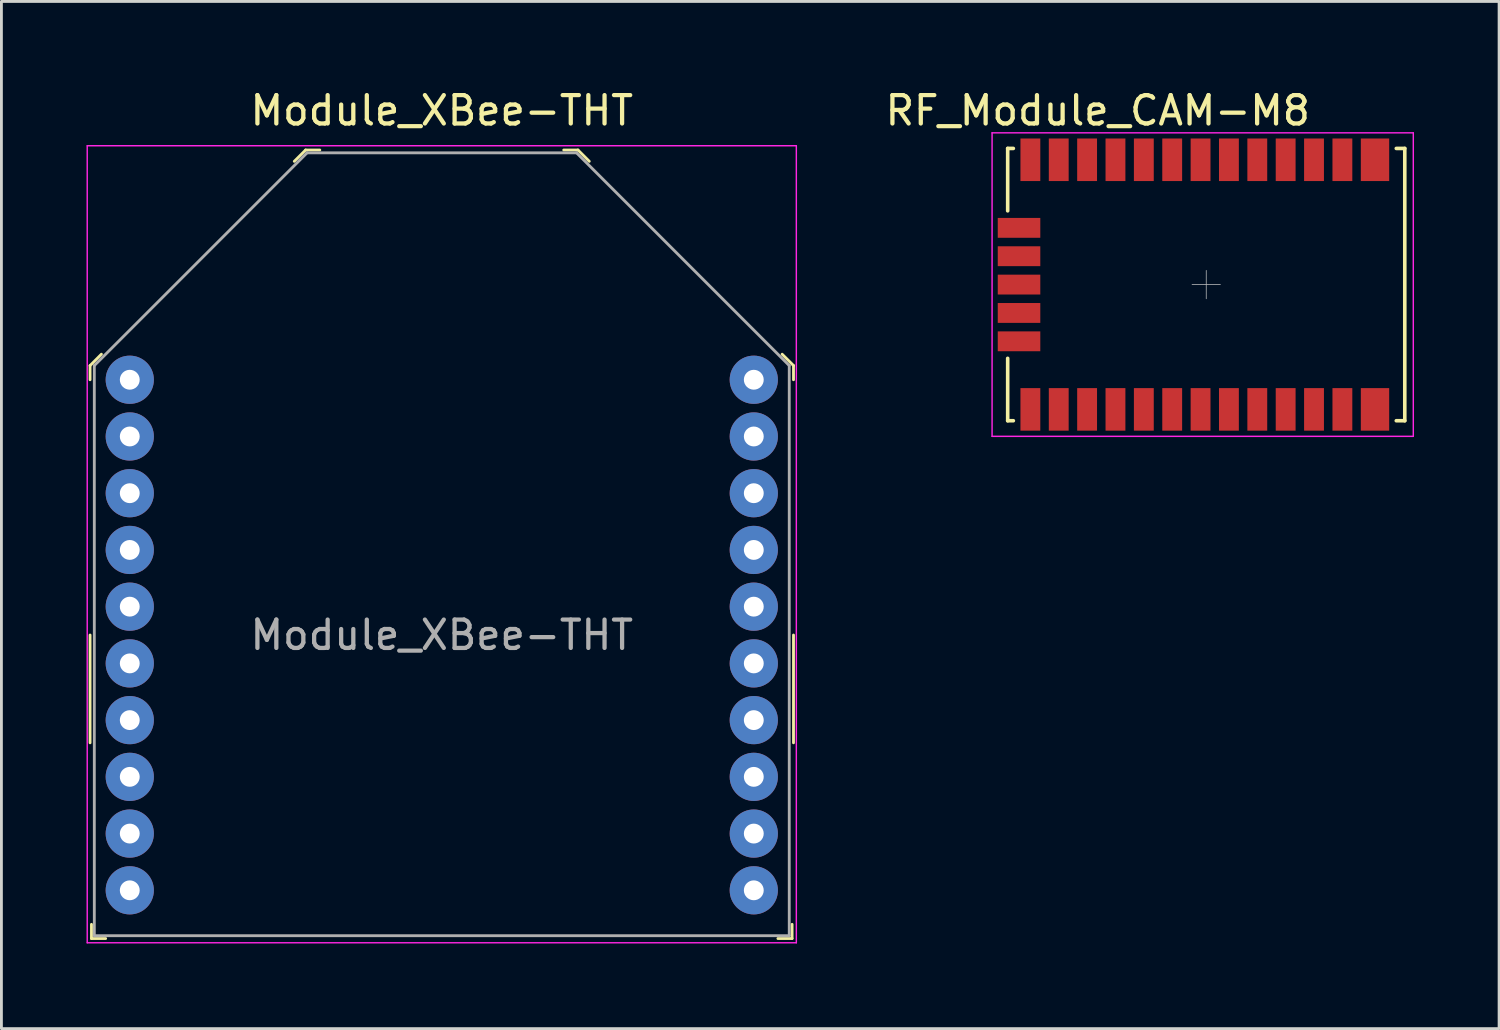
<source format=kicad_pcb>
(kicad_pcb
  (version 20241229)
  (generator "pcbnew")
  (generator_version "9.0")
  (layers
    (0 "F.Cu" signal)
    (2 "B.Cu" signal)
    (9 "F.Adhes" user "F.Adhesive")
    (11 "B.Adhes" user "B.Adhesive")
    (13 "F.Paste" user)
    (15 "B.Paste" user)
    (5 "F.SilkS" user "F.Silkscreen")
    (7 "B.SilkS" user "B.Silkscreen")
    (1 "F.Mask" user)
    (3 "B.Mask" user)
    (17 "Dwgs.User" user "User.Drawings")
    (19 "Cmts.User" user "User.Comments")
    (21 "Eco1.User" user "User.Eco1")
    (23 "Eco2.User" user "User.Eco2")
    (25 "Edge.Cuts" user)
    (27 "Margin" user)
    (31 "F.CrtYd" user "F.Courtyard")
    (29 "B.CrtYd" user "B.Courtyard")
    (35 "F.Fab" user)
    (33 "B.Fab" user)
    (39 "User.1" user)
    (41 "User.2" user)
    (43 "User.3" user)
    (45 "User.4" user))
  (footprint "Module_XBee-THT"
    (layer "F.Cu")
    (at 12.525 19.338)
    (property "Reference" "Module_XBee-THT" (at 0 -18.49 0) (layer "F.SilkS") (effects (font (size 1 1) (thickness 0.15))))
    (attr through_hole)
    (fp_line (start -12.4 -9.5) (end -12.4 -9) (stroke (width 0.1) (type solid)) (layer "F.SilkS"))
    (fp_line (start -12.4 -9.5) (end -12 -9.9) (stroke (width 0.1) (type solid)) (layer "F.SilkS"))
    (fp_line (start -12.4 0) (end -12.4 3.8) (stroke (width 0.1) (type solid)) (layer "F.SilkS"))
    (fp_line (start -12.35 10.7) (end -12.35 10.2) (stroke (width 0.1) (type solid)) (layer "F.SilkS"))
    (fp_line (start -12.35 10.7) (end -11.85 10.7) (stroke (width 0.1) (type solid)) (layer "F.SilkS"))
    (fp_line (start -4.8 -17.1) (end -5.2 -16.7) (stroke (width 0.1) (type solid)) (layer "F.SilkS"))
    (fp_line (start -4.8 -17.1) (end -4.3 -17.1) (stroke (width 0.1) (type solid)) (layer "F.SilkS"))
    (fp_line (start 4.8 -17.1) (end 4.3 -17.1) (stroke (width 0.1) (type solid)) (layer "F.SilkS"))
    (fp_line (start 4.8 -17.1) (end 5.2 -16.7) (stroke (width 0.1) (type solid)) (layer "F.SilkS"))
    (fp_line (start 12.35 10.7) (end 11.85 10.7) (stroke (width 0.1) (type solid)) (layer "F.SilkS"))
    (fp_line (start 12.35 10.7) (end 12.35 10.2) (stroke (width 0.1) (type solid)) (layer "F.SilkS"))
    (fp_line (start 12.4 -9.5) (end 12 -9.9) (stroke (width 0.1) (type solid)) (layer "F.SilkS"))
    (fp_line (start 12.4 -9.5) (end 12.4 -9) (stroke (width 0.1) (type solid)) (layer "F.SilkS"))
    (fp_line (start 12.4 0) (end 12.4 3.8) (stroke (width 0.1) (type solid)) (layer "F.SilkS"))
    (fp_line (start -12.5 -17.25) (end -12.5 10.85) (stroke (width 0.05) (type solid)) (layer "F.CrtYd"))
    (fp_line (start -12.5 -17.25) (end 12.5 -17.25) (stroke (width 0.05) (type solid)) (layer "F.CrtYd"))
    (fp_line (start -12.5 10.85) (end 12.5 10.85) (stroke (width 0.05) (type solid)) (layer "F.CrtYd"))
    (fp_line (start 12.5 -17.25) (end 12.5 10.85) (stroke (width 0.05) (type solid)) (layer "F.CrtYd"))
    (fp_line (start -12.25 -9.5) (end -12.25 10.6) (stroke (width 0.1) (type solid)) (layer "F.Fab"))
    (fp_line (start -12.25 -9.5) (end -4.75 -17) (stroke (width 0.1) (type solid)) (layer "F.Fab"))
    (fp_line (start -12.25 10.6) (end 12.25 10.6) (stroke (width 0.1) (type solid)) (layer "F.Fab"))
    (fp_line (start -4.75 -17) (end 4.75 -17) (stroke (width 0.1) (type solid)) (layer "F.Fab"))
    (fp_line (start 4.75 -17) (end 12.25 -9.5) (stroke (width 0.1) (type solid)) (layer "F.Fab"))
    (fp_line (start 12.25 -9.5) (end 12.25 10.6) (stroke (width 0.1) (type solid)) (layer "F.Fab"))
    (fp_text user "${REFERENCE}" (at 0 0 0) (layer "F.Fab") (effects (font (size 1 1) (thickness 0.15))))
    (pad "1" thru_hole circle (at -11 -9) (size 1.7 1.7) (drill 0.7) (layers "*.Cu" "*.Mask"))
    (pad "2" thru_hole circle (at -11 -7) (size 1.7 1.7) (drill 0.7) (layers "*.Cu" "*.Mask"))
    (pad "3" thru_hole circle (at -11 -5) (size 1.7 1.7) (drill 0.7) (layers "*.Cu" "*.Mask"))
    (pad "4" thru_hole circle (at -11 -3) (size 1.7 1.7) (drill 0.7) (layers "*.Cu" "*.Mask"))
    (pad "5" thru_hole circle (at -11 -1) (size 1.7 1.7) (drill 0.7) (layers "*.Cu" "*.Mask"))
    (pad "6" thru_hole circle (at -11 1) (size 1.7 1.7) (drill 0.7) (layers "*.Cu" "*.Mask"))
    (pad "7" thru_hole circle (at -11 3) (size 1.7 1.7) (drill 0.7) (layers "*.Cu" "*.Mask"))
    (pad "8" thru_hole circle (at -11 5) (size 1.7 1.7) (drill 0.7) (layers "*.Cu" "*.Mask"))
    (pad "9" thru_hole circle (at -11 7) (size 1.7 1.7) (drill 0.7) (layers "*.Cu" "*.Mask"))
    (pad "10" thru_hole circle (at -11 9) (size 1.7 1.7) (drill 0.7) (layers "*.Cu" "*.Mask"))
    (pad "11" thru_hole circle (at 11 9) (size 1.7 1.7) (drill 0.7) (layers "*.Cu" "*.Mask"))
    (pad "12" thru_hole circle (at 11 7) (size 1.7 1.7) (drill 0.7) (layers "*.Cu" "*.Mask"))
    (pad "13" thru_hole circle (at 11 5) (size 1.7 1.7) (drill 0.7) (layers "*.Cu" "*.Mask"))
    (pad "14" thru_hole circle (at 11 3) (size 1.7 1.7) (drill 0.7) (layers "*.Cu" "*.Mask"))
    (pad "15" thru_hole circle (at 11 1) (size 1.7 1.7) (drill 0.7) (layers "*.Cu" "*.Mask"))
    (pad "16" thru_hole circle (at 11 -1) (size 1.7 1.7) (drill 0.7) (layers "*.Cu" "*.Mask"))
    (pad "17" thru_hole circle (at 11 -3) (size 1.7 1.7) (drill 0.7) (layers "*.Cu" "*.Mask"))
    (pad "18" thru_hole circle (at 11 -5) (size 1.7 1.7) (drill 0.7) (layers "*.Cu" "*.Mask"))
    (pad "19" thru_hole circle (at 11 -7) (size 1.7 1.7) (drill 0.7) (layers "*.Cu" "*.Mask"))
    (pad "20" thru_hole circle (at 11 -9) (size 1.7 1.7) (drill 0.7) (layers "*.Cu" "*.Mask")))
  (footprint "RF_Module_CAM-M8"
    (layer "F.Cu")
    (at 39.476 6.983)
    (property "Reference" "RF_Module_CAM-M8" (at -3.825 -6.135 0) (layer "F.SilkS") (effects (font (size 1 1) (thickness 0.15))))
    (attr smd)
    (fp_line (start -7.2 5) (end -7.2 4) (stroke (width 0.2) (type solid)) (layer "F.Mask"))
    (fp_line (start -6.8 5) (end -7.2 5) (stroke (width 0.2) (type solid)) (layer "F.Mask"))
    (fp_line (start 6.7 -5) (end 7.2 -5) (stroke (width 0.2) (type solid)) (layer "F.Mask"))
    (fp_line (start 7.2 -5) (end 7.2 -4) (stroke (width 0.2) (type solid)) (layer "F.Mask"))
    (fp_line (start -7 -4.8) (end -6.8 -4.8) (stroke (width 0.127) (type solid)) (layer "F.SilkS"))
    (fp_line (start -7 -2.6) (end -7 -4.8) (stroke (width 0.127) (type solid)) (layer "F.SilkS"))
    (fp_line (start -7 4.8) (end -7 2.6) (stroke (width 0.127) (type solid)) (layer "F.SilkS"))
    (fp_line (start -6.8 4.8) (end -7 4.8) (stroke (width 0.127) (type solid)) (layer "F.SilkS"))
    (fp_line (start 6.7 -4.8) (end 7 -4.8) (stroke (width 0.127) (type solid)) (layer "F.SilkS"))
    (fp_line (start 7 -4.8) (end 7 4.8) (stroke (width 0.127) (type solid)) (layer "F.SilkS"))
    (fp_line (start 7 4.8) (end 6.7 4.8) (stroke (width 0.127) (type solid)) (layer "F.SilkS"))
    (fp_line (start -0.5 0) (end 0.5 0) (stroke (width 0.025) (type solid)) (layer "Dwgs.User"))
    (fp_line (start 0 -0.5) (end 0 0.5) (stroke (width 0.025) (type solid)) (layer "Dwgs.User"))
    (fp_line (start -7.55 -5.35) (end -7.55 5.35) (stroke (width 0.05) (type solid)) (layer "F.CrtYd"))
    (fp_line (start -7.55 5.35) (end 7.3 5.35) (stroke (width 0.05) (type solid)) (layer "F.CrtYd"))
    (fp_line (start 7.3 -5.35) (end -7.55 -5.35) (stroke (width 0.05) (type solid)) (layer "F.CrtYd"))
    (fp_line (start 7.3 5.35) (end 7.3 -5.35) (stroke (width 0.05) (type solid)) (layer "F.CrtYd"))
    (pad "1" smd rect (at -6.2 4.4) (size 0.7 1.5) (layers "F.Cu" "F.Mask" "F.Paste"))
    (pad "2" smd rect (at -5.2 4.4) (size 0.7 1.5) (layers "F.Cu" "F.Mask" "F.Paste"))
    (pad "3" smd rect (at -4.2 4.4) (size 0.7 1.5) (layers "F.Cu" "F.Mask" "F.Paste"))
    (pad "4" smd rect (at -3.2 4.4) (size 0.7 1.5) (layers "F.Cu" "F.Mask" "F.Paste"))
    (pad "5" smd rect (at -2.2 4.4) (size 0.7 1.5) (layers "F.Cu" "F.Mask" "F.Paste"))
    (pad "6" smd rect (at -1.2 4.4) (size 0.7 1.5) (layers "F.Cu" "F.Mask" "F.Paste"))
    (pad "7" smd rect (at -0.2 4.4) (size 0.7 1.5) (layers "F.Cu" "F.Mask" "F.Paste"))
    (pad "8" smd rect (at 0.8 4.4) (size 0.7 1.5) (layers "F.Cu" "F.Mask" "F.Paste"))
    (pad "9" smd rect (at 1.8 4.4) (size 0.7 1.5) (layers "F.Cu" "F.Mask" "F.Paste"))
    (pad "10" smd rect (at 2.8 4.4) (size 0.7 1.5) (layers "F.Cu" "F.Mask" "F.Paste"))
    (pad "11" smd rect (at 3.8 4.4) (size 0.7 1.5) (layers "F.Cu" "F.Mask" "F.Paste"))
    (pad "12" smd rect (at 4.8 4.4) (size 0.7 1.5) (layers "F.Cu" "F.Mask" "F.Paste"))
    (pad "13" smd rect (at 5.95 4.4) (size 1 1.5) (layers "F.Cu" "F.Mask" "F.Paste"))
    (pad "14" smd rect (at 5.95 -4.4) (size 1 1.5) (layers "F.Cu" "F.Mask" "F.Paste"))
    (pad "15" smd rect (at 4.8 -4.4) (size 0.7 1.5) (layers "F.Cu" "F.Mask" "F.Paste"))
    (pad "16" smd rect (at 3.8 -4.4) (size 0.7 1.5) (layers "F.Cu" "F.Mask" "F.Paste"))
    (pad "17" smd rect (at 2.8 -4.4) (size 0.7 1.5) (layers "F.Cu" "F.Mask" "F.Paste"))
    (pad "18" smd rect (at 1.8 -4.4) (size 0.7 1.5) (layers "F.Cu" "F.Mask" "F.Paste"))
    (pad "19" smd rect (at 0.8 -4.4) (size 0.7 1.5) (layers "F.Cu" "F.Mask" "F.Paste"))
    (pad "20" smd rect (at -0.2 -4.4) (size 0.7 1.5) (layers "F.Cu" "F.Mask" "F.Paste"))
    (pad "21" smd rect (at -1.2 -4.4) (size 0.7 1.5) (layers "F.Cu" "F.Mask" "F.Paste"))
    (pad "22" smd rect (at -2.2 -4.4) (size 0.7 1.5) (layers "F.Cu" "F.Mask" "F.Paste"))
    (pad "23" smd rect (at -3.2 -4.4) (size 0.7 1.5) (layers "F.Cu" "F.Mask" "F.Paste"))
    (pad "24" smd rect (at -4.2 -4.4) (size 0.7 1.5) (layers "F.Cu" "F.Mask" "F.Paste"))
    (pad "25" smd rect (at -5.2 -4.4) (size 0.7 1.5) (layers "F.Cu" "F.Mask" "F.Paste"))
    (pad "26" smd rect (at -6.2 -4.4) (size 0.7 1.5) (layers "F.Cu" "F.Mask" "F.Paste"))
    (pad "27" smd rect (at -6.6 -2) (size 1.5 0.7) (layers "F.Cu" "F.Mask" "F.Paste"))
    (pad "28" smd rect (at -6.6 -1) (size 1.5 0.7) (layers "F.Cu" "F.Mask" "F.Paste"))
    (pad "29" smd rect (at -6.6 0) (size 1.5 0.7) (layers "F.Cu" "F.Mask" "F.Paste"))
    (pad "30" smd rect (at -6.6 1) (size 1.5 0.7) (layers "F.Cu" "F.Mask" "F.Paste"))
    (pad "31" smd rect (at -6.6 2) (size 1.5 0.7) (layers "F.Cu" "F.Mask" "F.Paste"))
    (zone (net_name "") (layer "F.Cu") (hatch full 0.508) (connect_pads) (min_thickness 0.076) (filled_areas_thickness no) (keepout (tracks not_allowed) (vias not_allowed) (pads not_allowed) (copperpour not_allowed) (footprints allowed)) (placement (enabled no)) (fill) (polygon (pts (xy 41.676 10.583) (xy 46.476 10.583) (xy 46.476 3.383) (xy 41.676 3.383))))
    (zone (net_name "") (layer "B.Cu") (hatch full 0.508) (connect_pads) (min_thickness 0.076) (filled_areas_thickness no) (keepout (tracks not_allowed) (vias not_allowed) (pads not_allowed) (copperpour not_allowed) (footprints allowed)) (placement (enabled no)) (fill) (polygon (pts (xy 41.676 10.583) (xy 41.676 3.383) (xy 46.476 3.383) (xy 46.476 10.583)))))
  (gr_rect
    (start -3 -3)
    (end 49.801 33.213)
    (stroke (width 0.1) (type default))
    (fill no)
    (layer "Edge.Cuts")))
</source>
